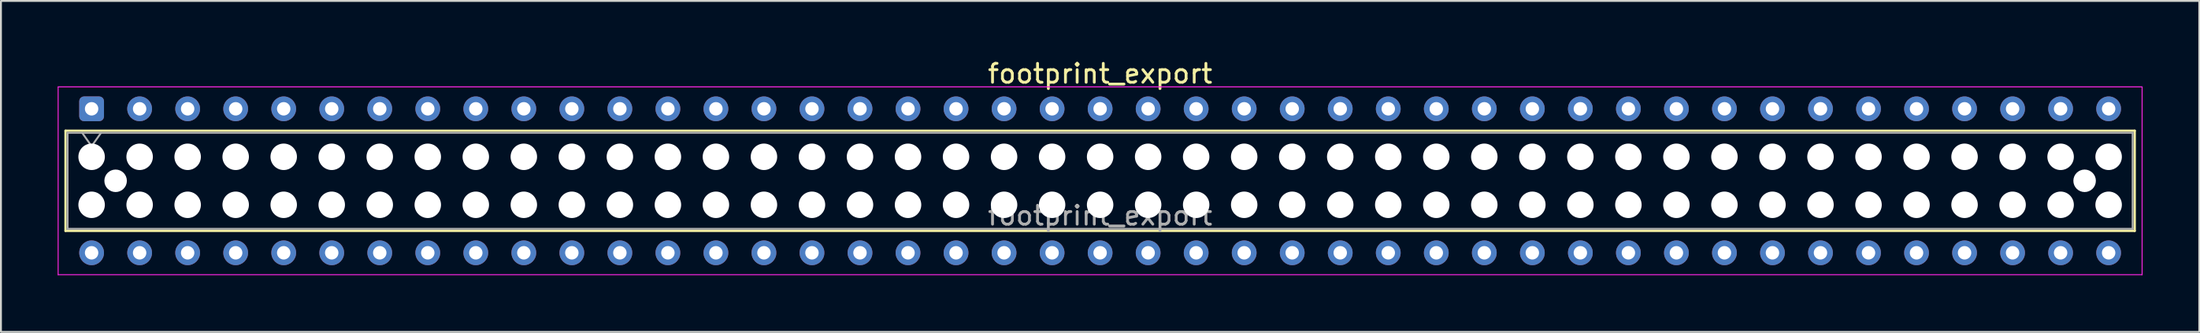
<source format=kicad_pcb>
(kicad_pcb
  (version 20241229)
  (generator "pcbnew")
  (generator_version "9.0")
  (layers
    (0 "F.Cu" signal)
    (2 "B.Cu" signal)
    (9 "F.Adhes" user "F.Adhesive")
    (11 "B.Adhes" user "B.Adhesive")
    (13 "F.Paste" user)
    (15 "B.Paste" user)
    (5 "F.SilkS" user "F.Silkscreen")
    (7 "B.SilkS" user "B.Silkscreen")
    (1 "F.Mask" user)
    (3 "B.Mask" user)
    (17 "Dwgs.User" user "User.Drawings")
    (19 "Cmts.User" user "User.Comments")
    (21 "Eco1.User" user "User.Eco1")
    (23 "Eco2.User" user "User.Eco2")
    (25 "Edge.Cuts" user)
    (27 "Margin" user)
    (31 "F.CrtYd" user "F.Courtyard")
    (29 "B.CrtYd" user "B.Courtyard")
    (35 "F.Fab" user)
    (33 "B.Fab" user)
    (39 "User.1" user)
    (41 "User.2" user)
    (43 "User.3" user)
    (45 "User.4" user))
  (footprint "footprint_export"
    (layer "F.Cu")
    (at 1.795 2.708)
    (property "Reference" "footprint_export" (at 53.34 -1.86 0) (layer "F.SilkS") (effects (font (size 1 1) (thickness 0.15))))
    (attr through_hole)
    (fp_line (start -1.38 1.16) (end 108.06 1.16) (stroke (width 0.12) (type solid)) (layer "F.SilkS"))
    (fp_line (start -1.38 6.46) (end -1.38 1.16) (stroke (width 0.12) (type solid)) (layer "F.SilkS"))
    (fp_line (start 108.06 1.16) (end 108.06 6.46) (stroke (width 0.12) (type solid)) (layer "F.SilkS"))
    (fp_line (start 108.06 6.46) (end -1.38 6.46) (stroke (width 0.12) (type solid)) (layer "F.SilkS"))
    (fp_line (start -1.77 -1.16) (end 108.45 -1.16) (stroke (width 0.05) (type solid)) (layer "F.CrtYd"))
    (fp_line (start -1.77 8.78) (end -1.77 -1.16) (stroke (width 0.05) (type solid)) (layer "F.CrtYd"))
    (fp_line (start 108.45 -1.16) (end 108.45 8.78) (stroke (width 0.05) (type solid)) (layer "F.CrtYd"))
    (fp_line (start 108.45 8.78) (end -1.77 8.78) (stroke (width 0.05) (type solid)) (layer "F.CrtYd"))
    (fp_line (start -1.27 1.27) (end 107.95 1.27) (stroke (width 0.1) (type solid)) (layer "F.Fab"))
    (fp_line (start -1.27 6.35) (end -1.27 1.27) (stroke (width 0.1) (type solid)) (layer "F.Fab"))
    (fp_line (start -0.5 1.27) (end 0 1.977) (stroke (width 0.1) (type solid)) (layer "F.Fab"))
    (fp_line (start 0 1.977) (end 0.5 1.27) (stroke (width 0.1) (type solid)) (layer "F.Fab"))
    (fp_line (start 107.95 1.27) (end 107.95 6.35) (stroke (width 0.1) (type solid)) (layer "F.Fab"))
    (fp_line (start 107.95 6.35) (end -1.27 6.35) (stroke (width 0.1) (type solid)) (layer "F.Fab"))
    (fp_text user "${REFERENCE}" (at 53.34 5.65 0) (layer "F.Fab") (effects (font (size 1 1) (thickness 0.15))))
    (pad "" np_thru_hole circle (at 0 2.54) (size 1.4 1.4) (drill 1.4) (layers "*.Cu" "*.Mask"))
    (pad "" np_thru_hole circle (at 0 5.08) (size 1.4 1.4) (drill 1.4) (layers "*.Cu" "*.Mask"))
    (pad "" np_thru_hole circle (at 1.27 3.81) (size 1.19 1.19) (drill 1.19) (layers "*.Cu" "*.Mask"))
    (pad "" np_thru_hole circle (at 2.54 2.54) (size 1.4 1.4) (drill 1.4) (layers "*.Cu" "*.Mask"))
    (pad "" np_thru_hole circle (at 2.54 5.08) (size 1.4 1.4) (drill 1.4) (layers "*.Cu" "*.Mask"))
    (pad "" np_thru_hole circle (at 5.08 2.54) (size 1.4 1.4) (drill 1.4) (layers "*.Cu" "*.Mask"))
    (pad "" np_thru_hole circle (at 5.08 5.08) (size 1.4 1.4) (drill 1.4) (layers "*.Cu" "*.Mask"))
    (pad "" np_thru_hole circle (at 7.62 2.54) (size 1.4 1.4) (drill 1.4) (layers "*.Cu" "*.Mask"))
    (pad "" np_thru_hole circle (at 7.62 5.08) (size 1.4 1.4) (drill 1.4) (layers "*.Cu" "*.Mask"))
    (pad "" np_thru_hole circle (at 10.16 2.54) (size 1.4 1.4) (drill 1.4) (layers "*.Cu" "*.Mask"))
    (pad "" np_thru_hole circle (at 10.16 5.08) (size 1.4 1.4) (drill 1.4) (layers "*.Cu" "*.Mask"))
    (pad "" np_thru_hole circle (at 12.7 2.54) (size 1.4 1.4) (drill 1.4) (layers "*.Cu" "*.Mask"))
    (pad "" np_thru_hole circle (at 12.7 5.08) (size 1.4 1.4) (drill 1.4) (layers "*.Cu" "*.Mask"))
    (pad "" np_thru_hole circle (at 15.24 2.54) (size 1.4 1.4) (drill 1.4) (layers "*.Cu" "*.Mask"))
    (pad "" np_thru_hole circle (at 15.24 5.08) (size 1.4 1.4) (drill 1.4) (layers "*.Cu" "*.Mask"))
    (pad "" np_thru_hole circle (at 17.78 2.54) (size 1.4 1.4) (drill 1.4) (layers "*.Cu" "*.Mask"))
    (pad "" np_thru_hole circle (at 17.78 5.08) (size 1.4 1.4) (drill 1.4) (layers "*.Cu" "*.Mask"))
    (pad "" np_thru_hole circle (at 20.32 2.54) (size 1.4 1.4) (drill 1.4) (layers "*.Cu" "*.Mask"))
    (pad "" np_thru_hole circle (at 20.32 5.08) (size 1.4 1.4) (drill 1.4) (layers "*.Cu" "*.Mask"))
    (pad "" np_thru_hole circle (at 22.86 2.54) (size 1.4 1.4) (drill 1.4) (layers "*.Cu" "*.Mask"))
    (pad "" np_thru_hole circle (at 22.86 5.08) (size 1.4 1.4) (drill 1.4) (layers "*.Cu" "*.Mask"))
    (pad "" np_thru_hole circle (at 25.4 2.54) (size 1.4 1.4) (drill 1.4) (layers "*.Cu" "*.Mask"))
    (pad "" np_thru_hole circle (at 25.4 5.08) (size 1.4 1.4) (drill 1.4) (layers "*.Cu" "*.Mask"))
    (pad "" np_thru_hole circle (at 27.94 2.54) (size 1.4 1.4) (drill 1.4) (layers "*.Cu" "*.Mask"))
    (pad "" np_thru_hole circle (at 27.94 5.08) (size 1.4 1.4) (drill 1.4) (layers "*.Cu" "*.Mask"))
    (pad "" np_thru_hole circle (at 30.48 2.54) (size 1.4 1.4) (drill 1.4) (layers "*.Cu" "*.Mask"))
    (pad "" np_thru_hole circle (at 30.48 5.08) (size 1.4 1.4) (drill 1.4) (layers "*.Cu" "*.Mask"))
    (pad "" np_thru_hole circle (at 33.02 2.54) (size 1.4 1.4) (drill 1.4) (layers "*.Cu" "*.Mask"))
    (pad "" np_thru_hole circle (at 33.02 5.08) (size 1.4 1.4) (drill 1.4) (layers "*.Cu" "*.Mask"))
    (pad "" np_thru_hole circle (at 35.56 2.54) (size 1.4 1.4) (drill 1.4) (layers "*.Cu" "*.Mask"))
    (pad "" np_thru_hole circle (at 35.56 5.08) (size 1.4 1.4) (drill 1.4) (layers "*.Cu" "*.Mask"))
    (pad "" np_thru_hole circle (at 38.1 2.54) (size 1.4 1.4) (drill 1.4) (layers "*.Cu" "*.Mask"))
    (pad "" np_thru_hole circle (at 38.1 5.08) (size 1.4 1.4) (drill 1.4) (layers "*.Cu" "*.Mask"))
    (pad "" np_thru_hole circle (at 40.64 2.54) (size 1.4 1.4) (drill 1.4) (layers "*.Cu" "*.Mask"))
    (pad "" np_thru_hole circle (at 40.64 5.08) (size 1.4 1.4) (drill 1.4) (layers "*.Cu" "*.Mask"))
    (pad "" np_thru_hole circle (at 43.18 2.54) (size 1.4 1.4) (drill 1.4) (layers "*.Cu" "*.Mask"))
    (pad "" np_thru_hole circle (at 43.18 5.08) (size 1.4 1.4) (drill 1.4) (layers "*.Cu" "*.Mask"))
    (pad "" np_thru_hole circle (at 45.72 2.54) (size 1.4 1.4) (drill 1.4) (layers "*.Cu" "*.Mask"))
    (pad "" np_thru_hole circle (at 45.72 5.08) (size 1.4 1.4) (drill 1.4) (layers "*.Cu" "*.Mask"))
    (pad "" np_thru_hole circle (at 48.26 2.54) (size 1.4 1.4) (drill 1.4) (layers "*.Cu" "*.Mask"))
    (pad "" np_thru_hole circle (at 48.26 5.08) (size 1.4 1.4) (drill 1.4) (layers "*.Cu" "*.Mask"))
    (pad "" np_thru_hole circle (at 50.8 2.54) (size 1.4 1.4) (drill 1.4) (layers "*.Cu" "*.Mask"))
    (pad "" np_thru_hole circle (at 50.8 5.08) (size 1.4 1.4) (drill 1.4) (layers "*.Cu" "*.Mask"))
    (pad "" np_thru_hole circle (at 53.34 2.54) (size 1.4 1.4) (drill 1.4) (layers "*.Cu" "*.Mask"))
    (pad "" np_thru_hole circle (at 53.34 5.08) (size 1.4 1.4) (drill 1.4) (layers "*.Cu" "*.Mask"))
    (pad "" np_thru_hole circle (at 55.88 2.54) (size 1.4 1.4) (drill 1.4) (layers "*.Cu" "*.Mask"))
    (pad "" np_thru_hole circle (at 55.88 5.08) (size 1.4 1.4) (drill 1.4) (layers "*.Cu" "*.Mask"))
    (pad "" np_thru_hole circle (at 58.42 2.54) (size 1.4 1.4) (drill 1.4) (layers "*.Cu" "*.Mask"))
    (pad "" np_thru_hole circle (at 58.42 5.08) (size 1.4 1.4) (drill 1.4) (layers "*.Cu" "*.Mask"))
    (pad "" np_thru_hole circle (at 60.96 2.54) (size 1.4 1.4) (drill 1.4) (layers "*.Cu" "*.Mask"))
    (pad "" np_thru_hole circle (at 60.96 5.08) (size 1.4 1.4) (drill 1.4) (layers "*.Cu" "*.Mask"))
    (pad "" np_thru_hole circle (at 63.5 2.54) (size 1.4 1.4) (drill 1.4) (layers "*.Cu" "*.Mask"))
    (pad "" np_thru_hole circle (at 63.5 5.08) (size 1.4 1.4) (drill 1.4) (layers "*.Cu" "*.Mask"))
    (pad "" np_thru_hole circle (at 66.04 2.54) (size 1.4 1.4) (drill 1.4) (layers "*.Cu" "*.Mask"))
    (pad "" np_thru_hole circle (at 66.04 5.08) (size 1.4 1.4) (drill 1.4) (layers "*.Cu" "*.Mask"))
    (pad "" np_thru_hole circle (at 68.58 2.54) (size 1.4 1.4) (drill 1.4) (layers "*.Cu" "*.Mask"))
    (pad "" np_thru_hole circle (at 68.58 5.08) (size 1.4 1.4) (drill 1.4) (layers "*.Cu" "*.Mask"))
    (pad "" np_thru_hole circle (at 71.12 2.54) (size 1.4 1.4) (drill 1.4) (layers "*.Cu" "*.Mask"))
    (pad "" np_thru_hole circle (at 71.12 5.08) (size 1.4 1.4) (drill 1.4) (layers "*.Cu" "*.Mask"))
    (pad "" np_thru_hole circle (at 73.66 2.54) (size 1.4 1.4) (drill 1.4) (layers "*.Cu" "*.Mask"))
    (pad "" np_thru_hole circle (at 73.66 5.08) (size 1.4 1.4) (drill 1.4) (layers "*.Cu" "*.Mask"))
    (pad "" np_thru_hole circle (at 76.2 2.54) (size 1.4 1.4) (drill 1.4) (layers "*.Cu" "*.Mask"))
    (pad "" np_thru_hole circle (at 76.2 5.08) (size 1.4 1.4) (drill 1.4) (layers "*.Cu" "*.Mask"))
    (pad "" np_thru_hole circle (at 78.74 2.54) (size 1.4 1.4) (drill 1.4) (layers "*.Cu" "*.Mask"))
    (pad "" np_thru_hole circle (at 78.74 5.08) (size 1.4 1.4) (drill 1.4) (layers "*.Cu" "*.Mask"))
    (pad "" np_thru_hole circle (at 81.28 2.54) (size 1.4 1.4) (drill 1.4) (layers "*.Cu" "*.Mask"))
    (pad "" np_thru_hole circle (at 81.28 5.08) (size 1.4 1.4) (drill 1.4) (layers "*.Cu" "*.Mask"))
    (pad "" np_thru_hole circle (at 83.82 2.54) (size 1.4 1.4) (drill 1.4) (layers "*.Cu" "*.Mask"))
    (pad "" np_thru_hole circle (at 83.82 5.08) (size 1.4 1.4) (drill 1.4) (layers "*.Cu" "*.Mask"))
    (pad "" np_thru_hole circle (at 86.36 2.54) (size 1.4 1.4) (drill 1.4) (layers "*.Cu" "*.Mask"))
    (pad "" np_thru_hole circle (at 86.36 5.08) (size 1.4 1.4) (drill 1.4) (layers "*.Cu" "*.Mask"))
    (pad "" np_thru_hole circle (at 88.9 2.54) (size 1.4 1.4) (drill 1.4) (layers "*.Cu" "*.Mask"))
    (pad "" np_thru_hole circle (at 88.9 5.08) (size 1.4 1.4) (drill 1.4) (layers "*.Cu" "*.Mask"))
    (pad "" np_thru_hole circle (at 91.44 2.54) (size 1.4 1.4) (drill 1.4) (layers "*.Cu" "*.Mask"))
    (pad "" np_thru_hole circle (at 91.44 5.08) (size 1.4 1.4) (drill 1.4) (layers "*.Cu" "*.Mask"))
    (pad "" np_thru_hole circle (at 93.98 2.54) (size 1.4 1.4) (drill 1.4) (layers "*.Cu" "*.Mask"))
    (pad "" np_thru_hole circle (at 93.98 5.08) (size 1.4 1.4) (drill 1.4) (layers "*.Cu" "*.Mask"))
    (pad "" np_thru_hole circle (at 96.52 2.54) (size 1.4 1.4) (drill 1.4) (layers "*.Cu" "*.Mask"))
    (pad "" np_thru_hole circle (at 96.52 5.08) (size 1.4 1.4) (drill 1.4) (layers "*.Cu" "*.Mask"))
    (pad "" np_thru_hole circle (at 99.06 2.54) (size 1.4 1.4) (drill 1.4) (layers "*.Cu" "*.Mask"))
    (pad "" np_thru_hole circle (at 99.06 5.08) (size 1.4 1.4) (drill 1.4) (layers "*.Cu" "*.Mask"))
    (pad "" np_thru_hole circle (at 101.6 2.54) (size 1.4 1.4) (drill 1.4) (layers "*.Cu" "*.Mask"))
    (pad "" np_thru_hole circle (at 101.6 5.08) (size 1.4 1.4) (drill 1.4) (layers "*.Cu" "*.Mask"))
    (pad "" np_thru_hole circle (at 104.14 2.54) (size 1.4 1.4) (drill 1.4) (layers "*.Cu" "*.Mask"))
    (pad "" np_thru_hole circle (at 104.14 5.08) (size 1.4 1.4) (drill 1.4) (layers "*.Cu" "*.Mask"))
    (pad "" np_thru_hole circle (at 105.41 3.81) (size 1.19 1.19) (drill 1.19) (layers "*.Cu" "*.Mask"))
    (pad "" np_thru_hole circle (at 106.68 2.54) (size 1.4 1.4) (drill 1.4) (layers "*.Cu" "*.Mask"))
    (pad "" np_thru_hole circle (at 106.68 5.08) (size 1.4 1.4) (drill 1.4) (layers "*.Cu" "*.Mask"))
    (pad "1" thru_hole roundrect (at 0 0) (size 1.31 1.31) (drill 0.71) (layers "*.Cu" "*.Mask") (roundrect_rratio 0.191))
    (pad "2" thru_hole circle (at 0 7.62) (size 1.31 1.31) (drill 0.71) (layers "*.Cu" "*.Mask"))
    (pad "3" thru_hole circle (at 2.54 0) (size 1.31 1.31) (drill 0.71) (layers "*.Cu" "*.Mask"))
    (pad "4" thru_hole circle (at 2.54 7.62) (size 1.31 1.31) (drill 0.71) (layers "*.Cu" "*.Mask"))
    (pad "5" thru_hole circle (at 5.08 0) (size 1.31 1.31) (drill 0.71) (layers "*.Cu" "*.Mask"))
    (pad "6" thru_hole circle (at 5.08 7.62) (size 1.31 1.31) (drill 0.71) (layers "*.Cu" "*.Mask"))
    (pad "7" thru_hole circle (at 7.62 0) (size 1.31 1.31) (drill 0.71) (layers "*.Cu" "*.Mask"))
    (pad "8" thru_hole circle (at 7.62 7.62) (size 1.31 1.31) (drill 0.71) (layers "*.Cu" "*.Mask"))
    (pad "9" thru_hole circle (at 10.16 0) (size 1.31 1.31) (drill 0.71) (layers "*.Cu" "*.Mask"))
    (pad "10" thru_hole circle (at 10.16 7.62) (size 1.31 1.31) (drill 0.71) (layers "*.Cu" "*.Mask"))
    (pad "11" thru_hole circle (at 12.7 0) (size 1.31 1.31) (drill 0.71) (layers "*.Cu" "*.Mask"))
    (pad "12" thru_hole circle (at 12.7 7.62) (size 1.31 1.31) (drill 0.71) (layers "*.Cu" "*.Mask"))
    (pad "13" thru_hole circle (at 15.24 0) (size 1.31 1.31) (drill 0.71) (layers "*.Cu" "*.Mask"))
    (pad "14" thru_hole circle (at 15.24 7.62) (size 1.31 1.31) (drill 0.71) (layers "*.Cu" "*.Mask"))
    (pad "15" thru_hole circle (at 17.78 0) (size 1.31 1.31) (drill 0.71) (layers "*.Cu" "*.Mask"))
    (pad "16" thru_hole circle (at 17.78 7.62) (size 1.31 1.31) (drill 0.71) (layers "*.Cu" "*.Mask"))
    (pad "17" thru_hole circle (at 20.32 0) (size 1.31 1.31) (drill 0.71) (layers "*.Cu" "*.Mask"))
    (pad "18" thru_hole circle (at 20.32 7.62) (size 1.31 1.31) (drill 0.71) (layers "*.Cu" "*.Mask"))
    (pad "19" thru_hole circle (at 22.86 0) (size 1.31 1.31) (drill 0.71) (layers "*.Cu" "*.Mask"))
    (pad "20" thru_hole circle (at 22.86 7.62) (size 1.31 1.31) (drill 0.71) (layers "*.Cu" "*.Mask"))
    (pad "21" thru_hole circle (at 25.4 0) (size 1.31 1.31) (drill 0.71) (layers "*.Cu" "*.Mask"))
    (pad "22" thru_hole circle (at 25.4 7.62) (size 1.31 1.31) (drill 0.71) (layers "*.Cu" "*.Mask"))
    (pad "23" thru_hole circle (at 27.94 0) (size 1.31 1.31) (drill 0.71) (layers "*.Cu" "*.Mask"))
    (pad "24" thru_hole circle (at 27.94 7.62) (size 1.31 1.31) (drill 0.71) (layers "*.Cu" "*.Mask"))
    (pad "25" thru_hole circle (at 30.48 0) (size 1.31 1.31) (drill 0.71) (layers "*.Cu" "*.Mask"))
    (pad "26" thru_hole circle (at 30.48 7.62) (size 1.31 1.31) (drill 0.71) (layers "*.Cu" "*.Mask"))
    (pad "27" thru_hole circle (at 33.02 0) (size 1.31 1.31) (drill 0.71) (layers "*.Cu" "*.Mask"))
    (pad "28" thru_hole circle (at 33.02 7.62) (size 1.31 1.31) (drill 0.71) (layers "*.Cu" "*.Mask"))
    (pad "29" thru_hole circle (at 35.56 0) (size 1.31 1.31) (drill 0.71) (layers "*.Cu" "*.Mask"))
    (pad "30" thru_hole circle (at 35.56 7.62) (size 1.31 1.31) (drill 0.71) (layers "*.Cu" "*.Mask"))
    (pad "31" thru_hole circle (at 38.1 0) (size 1.31 1.31) (drill 0.71) (layers "*.Cu" "*.Mask"))
    (pad "32" thru_hole circle (at 38.1 7.62) (size 1.31 1.31) (drill 0.71) (layers "*.Cu" "*.Mask"))
    (pad "33" thru_hole circle (at 40.64 0) (size 1.31 1.31) (drill 0.71) (layers "*.Cu" "*.Mask"))
    (pad "34" thru_hole circle (at 40.64 7.62) (size 1.31 1.31) (drill 0.71) (layers "*.Cu" "*.Mask"))
    (pad "35" thru_hole circle (at 43.18 0) (size 1.31 1.31) (drill 0.71) (layers "*.Cu" "*.Mask"))
    (pad "36" thru_hole circle (at 43.18 7.62) (size 1.31 1.31) (drill 0.71) (layers "*.Cu" "*.Mask"))
    (pad "37" thru_hole circle (at 45.72 0) (size 1.31 1.31) (drill 0.71) (layers "*.Cu" "*.Mask"))
    (pad "38" thru_hole circle (at 45.72 7.62) (size 1.31 1.31) (drill 0.71) (layers "*.Cu" "*.Mask"))
    (pad "39" thru_hole circle (at 48.26 0) (size 1.31 1.31) (drill 0.71) (layers "*.Cu" "*.Mask"))
    (pad "40" thru_hole circle (at 48.26 7.62) (size 1.31 1.31) (drill 0.71) (layers "*.Cu" "*.Mask"))
    (pad "41" thru_hole circle (at 50.8 0) (size 1.31 1.31) (drill 0.71) (layers "*.Cu" "*.Mask"))
    (pad "42" thru_hole circle (at 50.8 7.62) (size 1.31 1.31) (drill 0.71) (layers "*.Cu" "*.Mask"))
    (pad "43" thru_hole circle (at 53.34 0) (size 1.31 1.31) (drill 0.71) (layers "*.Cu" "*.Mask"))
    (pad "44" thru_hole circle (at 53.34 7.62) (size 1.31 1.31) (drill 0.71) (layers "*.Cu" "*.Mask"))
    (pad "45" thru_hole circle (at 55.88 0) (size 1.31 1.31) (drill 0.71) (layers "*.Cu" "*.Mask"))
    (pad "46" thru_hole circle (at 55.88 7.62) (size 1.31 1.31) (drill 0.71) (layers "*.Cu" "*.Mask"))
    (pad "47" thru_hole circle (at 58.42 0) (size 1.31 1.31) (drill 0.71) (layers "*.Cu" "*.Mask"))
    (pad "48" thru_hole circle (at 58.42 7.62) (size 1.31 1.31) (drill 0.71) (layers "*.Cu" "*.Mask"))
    (pad "49" thru_hole circle (at 60.96 0) (size 1.31 1.31) (drill 0.71) (layers "*.Cu" "*.Mask"))
    (pad "50" thru_hole circle (at 60.96 7.62) (size 1.31 1.31) (drill 0.71) (layers "*.Cu" "*.Mask"))
    (pad "51" thru_hole circle (at 63.5 0) (size 1.31 1.31) (drill 0.71) (layers "*.Cu" "*.Mask"))
    (pad "52" thru_hole circle (at 63.5 7.62) (size 1.31 1.31) (drill 0.71) (layers "*.Cu" "*.Mask"))
    (pad "53" thru_hole circle (at 66.04 0) (size 1.31 1.31) (drill 0.71) (layers "*.Cu" "*.Mask"))
    (pad "54" thru_hole circle (at 66.04 7.62) (size 1.31 1.31) (drill 0.71) (layers "*.Cu" "*.Mask"))
    (pad "55" thru_hole circle (at 68.58 0) (size 1.31 1.31) (drill 0.71) (layers "*.Cu" "*.Mask"))
    (pad "56" thru_hole circle (at 68.58 7.62) (size 1.31 1.31) (drill 0.71) (layers "*.Cu" "*.Mask"))
    (pad "57" thru_hole circle (at 71.12 0) (size 1.31 1.31) (drill 0.71) (layers "*.Cu" "*.Mask"))
    (pad "58" thru_hole circle (at 71.12 7.62) (size 1.31 1.31) (drill 0.71) (layers "*.Cu" "*.Mask"))
    (pad "59" thru_hole circle (at 73.66 0) (size 1.31 1.31) (drill 0.71) (layers "*.Cu" "*.Mask"))
    (pad "60" thru_hole circle (at 73.66 7.62) (size 1.31 1.31) (drill 0.71) (layers "*.Cu" "*.Mask"))
    (pad "61" thru_hole circle (at 76.2 0) (size 1.31 1.31) (drill 0.71) (layers "*.Cu" "*.Mask"))
    (pad "62" thru_hole circle (at 76.2 7.62) (size 1.31 1.31) (drill 0.71) (layers "*.Cu" "*.Mask"))
    (pad "63" thru_hole circle (at 78.74 0) (size 1.31 1.31) (drill 0.71) (layers "*.Cu" "*.Mask"))
    (pad "64" thru_hole circle (at 78.74 7.62) (size 1.31 1.31) (drill 0.71) (layers "*.Cu" "*.Mask"))
    (pad "65" thru_hole circle (at 81.28 0) (size 1.31 1.31) (drill 0.71) (layers "*.Cu" "*.Mask"))
    (pad "66" thru_hole circle (at 81.28 7.62) (size 1.31 1.31) (drill 0.71) (layers "*.Cu" "*.Mask"))
    (pad "67" thru_hole circle (at 83.82 0) (size 1.31 1.31) (drill 0.71) (layers "*.Cu" "*.Mask"))
    (pad "68" thru_hole circle (at 83.82 7.62) (size 1.31 1.31) (drill 0.71) (layers "*.Cu" "*.Mask"))
    (pad "69" thru_hole circle (at 86.36 0) (size 1.31 1.31) (drill 0.71) (layers "*.Cu" "*.Mask"))
    (pad "70" thru_hole circle (at 86.36 7.62) (size 1.31 1.31) (drill 0.71) (layers "*.Cu" "*.Mask"))
    (pad "71" thru_hole circle (at 88.9 0) (size 1.31 1.31) (drill 0.71) (layers "*.Cu" "*.Mask"))
    (pad "72" thru_hole circle (at 88.9 7.62) (size 1.31 1.31) (drill 0.71) (layers "*.Cu" "*.Mask"))
    (pad "73" thru_hole circle (at 91.44 0) (size 1.31 1.31) (drill 0.71) (layers "*.Cu" "*.Mask"))
    (pad "74" thru_hole circle (at 91.44 7.62) (size 1.31 1.31) (drill 0.71) (layers "*.Cu" "*.Mask"))
    (pad "75" thru_hole circle (at 93.98 0) (size 1.31 1.31) (drill 0.71) (layers "*.Cu" "*.Mask"))
    (pad "76" thru_hole circle (at 93.98 7.62) (size 1.31 1.31) (drill 0.71) (layers "*.Cu" "*.Mask"))
    (pad "77" thru_hole circle (at 96.52 0) (size 1.31 1.31) (drill 0.71) (layers "*.Cu" "*.Mask"))
    (pad "78" thru_hole circle (at 96.52 7.62) (size 1.31 1.31) (drill 0.71) (layers "*.Cu" "*.Mask"))
    (pad "79" thru_hole circle (at 99.06 0) (size 1.31 1.31) (drill 0.71) (layers "*.Cu" "*.Mask"))
    (pad "80" thru_hole circle (at 99.06 7.62) (size 1.31 1.31) (drill 0.71) (layers "*.Cu" "*.Mask"))
    (pad "81" thru_hole circle (at 101.6 0) (size 1.31 1.31) (drill 0.71) (layers "*.Cu" "*.Mask"))
    (pad "82" thru_hole circle (at 101.6 7.62) (size 1.31 1.31) (drill 0.71) (layers "*.Cu" "*.Mask"))
    (pad "83" thru_hole circle (at 104.14 0) (size 1.31 1.31) (drill 0.71) (layers "*.Cu" "*.Mask"))
    (pad "84" thru_hole circle (at 104.14 7.62) (size 1.31 1.31) (drill 0.71) (layers "*.Cu" "*.Mask"))
    (pad "85" thru_hole circle (at 106.68 0) (size 1.31 1.31) (drill 0.71) (layers "*.Cu" "*.Mask"))
    (pad "86" thru_hole circle (at 106.68 7.62) (size 1.31 1.31) (drill 0.71) (layers "*.Cu" "*.Mask")))
  (gr_rect
    (start -3 -3)
    (end 113.27 14.513)
    (stroke (width 0.1) (type default))
    (fill no)
    (layer "Edge.Cuts")))
</source>
